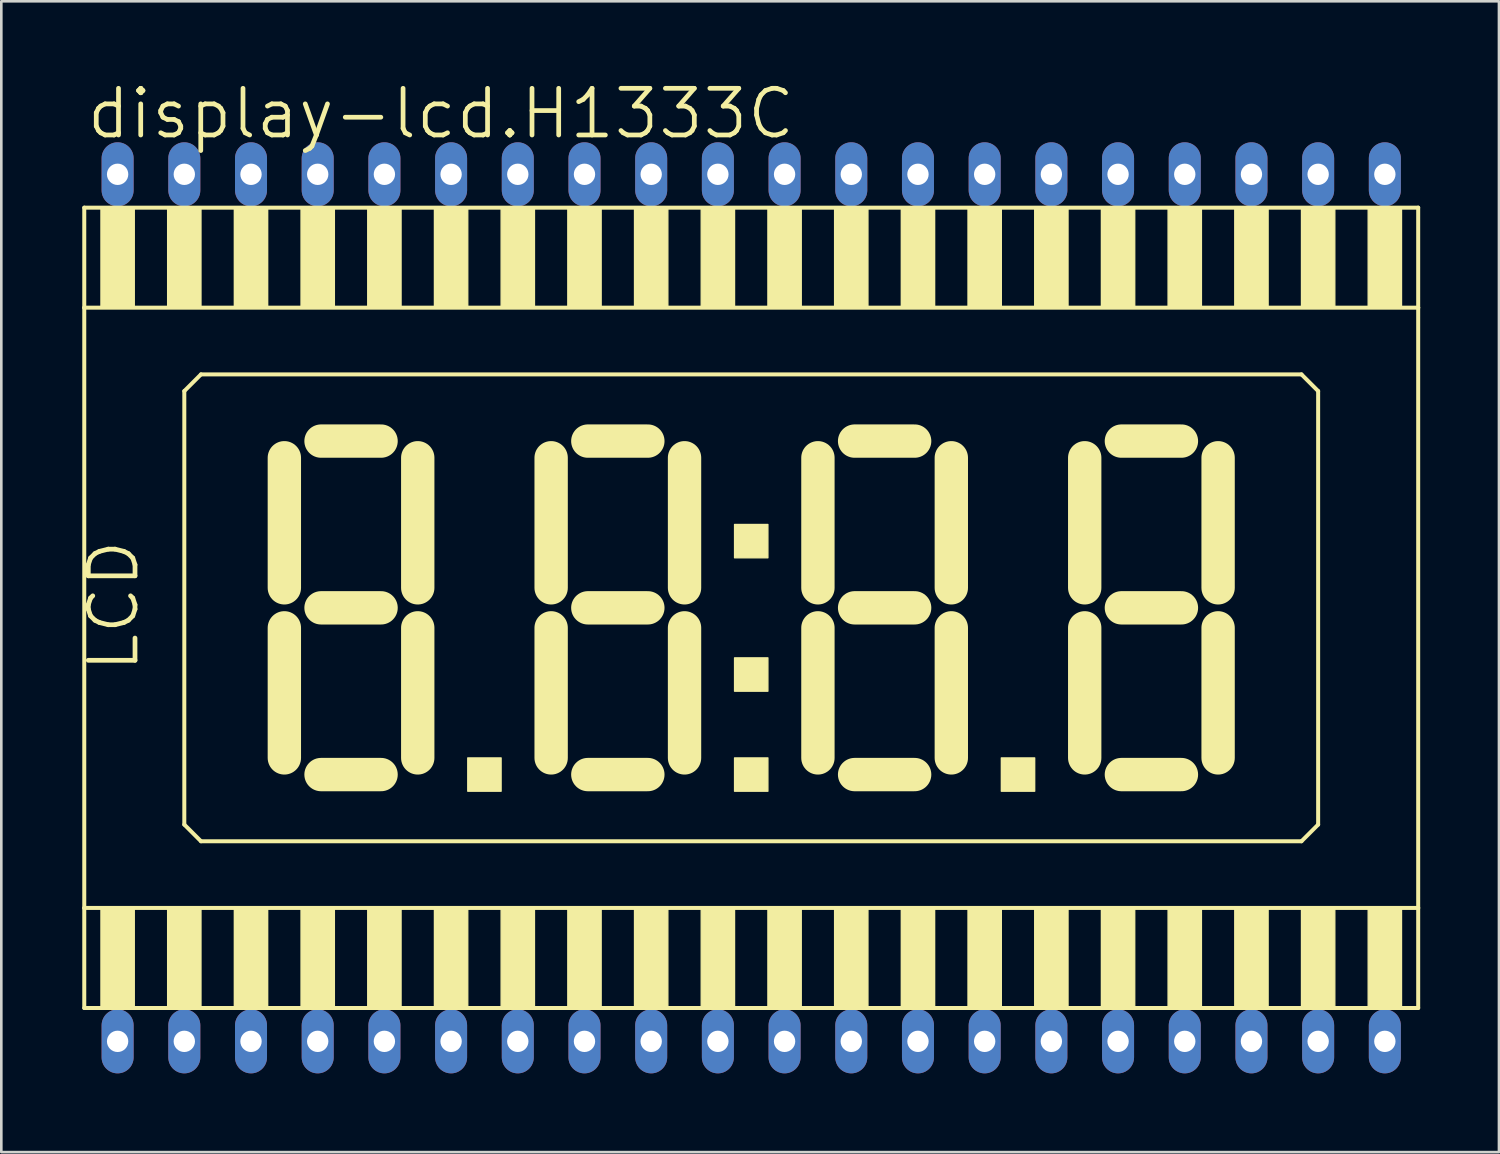
<source format=kicad_pcb>
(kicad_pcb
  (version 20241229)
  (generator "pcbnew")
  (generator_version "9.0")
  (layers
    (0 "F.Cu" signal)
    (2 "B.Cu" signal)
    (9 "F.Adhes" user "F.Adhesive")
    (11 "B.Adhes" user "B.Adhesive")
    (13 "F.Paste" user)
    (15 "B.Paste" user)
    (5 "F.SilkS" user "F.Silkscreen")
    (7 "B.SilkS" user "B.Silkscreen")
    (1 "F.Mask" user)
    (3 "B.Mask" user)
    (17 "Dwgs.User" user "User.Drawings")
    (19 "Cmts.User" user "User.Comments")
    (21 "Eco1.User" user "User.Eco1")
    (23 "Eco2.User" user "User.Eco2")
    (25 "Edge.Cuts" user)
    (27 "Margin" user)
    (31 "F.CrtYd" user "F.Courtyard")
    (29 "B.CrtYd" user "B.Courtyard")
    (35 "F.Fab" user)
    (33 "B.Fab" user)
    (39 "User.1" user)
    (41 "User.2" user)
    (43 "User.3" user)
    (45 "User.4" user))
  (footprint "display-lcd.H1333C"
    (layer "F.Cu")
    (at 25.559 20.098)
    (property "Reference" "display-lcd.H1333C" (at -25.4 -17.78 0) (layer "F.SilkS") (effects (font (size 1.778 1.778) (thickness 0.18)) (justify left bottom)))
    (attr through_hole)
    (fp_line (start -25.4 -15.24) (end -25.4 -11.43) (stroke (width 0.152) (type default)) (layer "F.SilkS"))
    (fp_line (start -25.4 -11.43) (end -25.4 11.43) (stroke (width 0.152) (type default)) (layer "F.SilkS"))
    (fp_line (start -25.4 -11.43) (end 25.4 -11.43) (stroke (width 0.152) (type default)) (layer "F.SilkS"))
    (fp_line (start -25.4 11.43) (end -25.4 15.24) (stroke (width 0.152) (type default)) (layer "F.SilkS"))
    (fp_line (start -25.4 15.24) (end 25.4 15.24) (stroke (width 0.152) (type default)) (layer "F.SilkS"))
    (fp_line (start -21.59 -8.255) (end -21.59 8.255) (stroke (width 0.152) (type default)) (layer "F.SilkS"))
    (fp_line (start -21.59 8.255) (end -20.955 8.89) (stroke (width 0.152) (type default)) (layer "F.SilkS"))
    (fp_line (start -20.955 -8.89) (end -21.59 -8.255) (stroke (width 0.152) (type default)) (layer "F.SilkS"))
    (fp_line (start -20.955 8.89) (end 20.955 8.89) (stroke (width 0.152) (type default)) (layer "F.SilkS"))
    (fp_line (start -17.78 -5.715) (end -17.78 -0.762) (stroke (width 1.27) (type default)) (layer "F.SilkS"))
    (fp_line (start -17.78 0.762) (end -17.78 5.715) (stroke (width 1.27) (type default)) (layer "F.SilkS"))
    (fp_line (start -16.383 -6.35) (end -14.097 -6.35) (stroke (width 1.27) (type default)) (layer "F.SilkS"))
    (fp_line (start -16.383 0) (end -14.097 0) (stroke (width 1.27) (type default)) (layer "F.SilkS"))
    (fp_line (start -16.383 6.35) (end -14.097 6.35) (stroke (width 1.27) (type default)) (layer "F.SilkS"))
    (fp_line (start -12.7 -0.762) (end -12.7 -5.715) (stroke (width 1.27) (type default)) (layer "F.SilkS"))
    (fp_line (start -12.7 5.715) (end -12.7 0.762) (stroke (width 1.27) (type default)) (layer "F.SilkS"))
    (fp_line (start -7.62 -5.715) (end -7.62 -0.762) (stroke (width 1.27) (type default)) (layer "F.SilkS"))
    (fp_line (start -7.62 0.762) (end -7.62 5.715) (stroke (width 1.27) (type default)) (layer "F.SilkS"))
    (fp_line (start -6.223 -6.35) (end -3.937 -6.35) (stroke (width 1.27) (type default)) (layer "F.SilkS"))
    (fp_line (start -6.223 0) (end -3.937 0) (stroke (width 1.27) (type default)) (layer "F.SilkS"))
    (fp_line (start -6.223 6.35) (end -3.937 6.35) (stroke (width 1.27) (type default)) (layer "F.SilkS"))
    (fp_line (start -2.54 -0.762) (end -2.54 -5.715) (stroke (width 1.27) (type default)) (layer "F.SilkS"))
    (fp_line (start -2.54 5.715) (end -2.54 0.762) (stroke (width 1.27) (type default)) (layer "F.SilkS"))
    (fp_line (start 2.54 -5.715) (end 2.54 -0.762) (stroke (width 1.27) (type default)) (layer "F.SilkS"))
    (fp_line (start 2.54 0.762) (end 2.54 5.715) (stroke (width 1.27) (type default)) (layer "F.SilkS"))
    (fp_line (start 3.937 -6.35) (end 6.223 -6.35) (stroke (width 1.27) (type default)) (layer "F.SilkS"))
    (fp_line (start 3.937 0) (end 6.223 0) (stroke (width 1.27) (type default)) (layer "F.SilkS"))
    (fp_line (start 3.937 6.35) (end 6.223 6.35) (stroke (width 1.27) (type default)) (layer "F.SilkS"))
    (fp_line (start 7.62 -0.762) (end 7.62 -5.715) (stroke (width 1.27) (type default)) (layer "F.SilkS"))
    (fp_line (start 7.62 5.715) (end 7.62 0.762) (stroke (width 1.27) (type default)) (layer "F.SilkS"))
    (fp_line (start 12.7 -5.715) (end 12.7 -0.762) (stroke (width 1.27) (type default)) (layer "F.SilkS"))
    (fp_line (start 12.7 0.762) (end 12.7 5.715) (stroke (width 1.27) (type default)) (layer "F.SilkS"))
    (fp_line (start 14.097 -6.35) (end 16.383 -6.35) (stroke (width 1.27) (type default)) (layer "F.SilkS"))
    (fp_line (start 14.097 0) (end 16.383 0) (stroke (width 1.27) (type default)) (layer "F.SilkS"))
    (fp_line (start 14.097 6.35) (end 16.383 6.35) (stroke (width 1.27) (type default)) (layer "F.SilkS"))
    (fp_line (start 17.78 -0.762) (end 17.78 -5.715) (stroke (width 1.27) (type default)) (layer "F.SilkS"))
    (fp_line (start 17.78 5.715) (end 17.78 0.762) (stroke (width 1.27) (type default)) (layer "F.SilkS"))
    (fp_line (start 20.955 -8.89) (end -20.955 -8.89) (stroke (width 0.152) (type default)) (layer "F.SilkS"))
    (fp_line (start 20.955 8.89) (end 21.59 8.255) (stroke (width 0.152) (type default)) (layer "F.SilkS"))
    (fp_line (start 21.59 -8.255) (end 20.955 -8.89) (stroke (width 0.152) (type default)) (layer "F.SilkS"))
    (fp_line (start 21.59 8.255) (end 21.59 -8.255) (stroke (width 0.152) (type default)) (layer "F.SilkS"))
    (fp_line (start 25.4 -15.24) (end -25.4 -15.24) (stroke (width 0.152) (type default)) (layer "F.SilkS"))
    (fp_line (start 25.4 -11.43) (end 25.4 -15.24) (stroke (width 0.152) (type default)) (layer "F.SilkS"))
    (fp_line (start 25.4 11.43) (end -25.4 11.43) (stroke (width 0.152) (type default)) (layer "F.SilkS"))
    (fp_line (start 25.4 11.43) (end 25.4 -11.43) (stroke (width 0.152) (type default)) (layer "F.SilkS"))
    (fp_line (start 25.4 15.24) (end 25.4 11.43) (stroke (width 0.152) (type default)) (layer "F.SilkS"))
    (fp_rect (start -24.765 -11.43) (end -23.495 -15.24) (stroke (width 0.05) (type default)) (fill yes) (layer "F.SilkS"))
    (fp_rect (start -24.765 15.24) (end -23.495 11.43) (stroke (width 0.05) (type default)) (fill yes) (layer "F.SilkS"))
    (fp_rect (start -22.225 -11.43) (end -20.955 -15.24) (stroke (width 0.05) (type default)) (fill yes) (layer "F.SilkS"))
    (fp_rect (start -22.225 15.24) (end -20.955 11.43) (stroke (width 0.05) (type default)) (fill yes) (layer "F.SilkS"))
    (fp_rect (start -19.685 -11.43) (end -18.415 -15.24) (stroke (width 0.05) (type default)) (fill yes) (layer "F.SilkS"))
    (fp_rect (start -19.685 15.24) (end -18.415 11.43) (stroke (width 0.05) (type default)) (fill yes) (layer "F.SilkS"))
    (fp_rect (start -17.145 -11.43) (end -15.875 -15.24) (stroke (width 0.05) (type default)) (fill yes) (layer "F.SilkS"))
    (fp_rect (start -17.145 15.24) (end -15.875 11.43) (stroke (width 0.05) (type default)) (fill yes) (layer "F.SilkS"))
    (fp_rect (start -14.605 -11.43) (end -13.335 -15.24) (stroke (width 0.05) (type default)) (fill yes) (layer "F.SilkS"))
    (fp_rect (start -14.605 15.24) (end -13.335 11.43) (stroke (width 0.05) (type default)) (fill yes) (layer "F.SilkS"))
    (fp_rect (start -12.065 -11.43) (end -10.795 -15.24) (stroke (width 0.05) (type default)) (fill yes) (layer "F.SilkS"))
    (fp_rect (start -12.065 15.24) (end -10.795 11.43) (stroke (width 0.05) (type default)) (fill yes) (layer "F.SilkS"))
    (fp_rect (start -10.795 6.985) (end -9.525 5.715) (stroke (width 0.05) (type default)) (fill yes) (layer "F.SilkS"))
    (fp_rect (start -9.525 -11.43) (end -8.255 -15.24) (stroke (width 0.05) (type default)) (fill yes) (layer "F.SilkS"))
    (fp_rect (start -9.525 15.24) (end -8.255 11.43) (stroke (width 0.05) (type default)) (fill yes) (layer "F.SilkS"))
    (fp_rect (start -6.985 -11.43) (end -5.715 -15.24) (stroke (width 0.05) (type default)) (fill yes) (layer "F.SilkS"))
    (fp_rect (start -6.985 15.24) (end -5.715 11.43) (stroke (width 0.05) (type default)) (fill yes) (layer "F.SilkS"))
    (fp_rect (start -4.445 -11.43) (end -3.175 -15.24) (stroke (width 0.05) (type default)) (fill yes) (layer "F.SilkS"))
    (fp_rect (start -4.445 15.24) (end -3.175 11.43) (stroke (width 0.05) (type default)) (fill yes) (layer "F.SilkS"))
    (fp_rect (start -1.905 -11.43) (end -0.635 -15.24) (stroke (width 0.05) (type default)) (fill yes) (layer "F.SilkS"))
    (fp_rect (start -1.905 15.24) (end -0.635 11.43) (stroke (width 0.05) (type default)) (fill yes) (layer "F.SilkS"))
    (fp_rect (start -0.635 -1.905) (end 0.635 -3.175) (stroke (width 0.05) (type default)) (fill yes) (layer "F.SilkS"))
    (fp_rect (start -0.635 3.175) (end 0.635 1.905) (stroke (width 0.05) (type default)) (fill yes) (layer "F.SilkS"))
    (fp_rect (start -0.635 6.985) (end 0.635 5.715) (stroke (width 0.05) (type default)) (fill yes) (layer "F.SilkS"))
    (fp_rect (start 0.635 -11.43) (end 1.905 -15.24) (stroke (width 0.05) (type default)) (fill yes) (layer "F.SilkS"))
    (fp_rect (start 0.635 15.24) (end 1.905 11.43) (stroke (width 0.05) (type default)) (fill yes) (layer "F.SilkS"))
    (fp_rect (start 3.175 -11.43) (end 4.445 -15.24) (stroke (width 0.05) (type default)) (fill yes) (layer "F.SilkS"))
    (fp_rect (start 3.175 15.24) (end 4.445 11.43) (stroke (width 0.05) (type default)) (fill yes) (layer "F.SilkS"))
    (fp_rect (start 5.715 -11.43) (end 6.985 -15.24) (stroke (width 0.05) (type default)) (fill yes) (layer "F.SilkS"))
    (fp_rect (start 5.715 15.24) (end 6.985 11.43) (stroke (width 0.05) (type default)) (fill yes) (layer "F.SilkS"))
    (fp_rect (start 8.255 -11.43) (end 9.525 -15.24) (stroke (width 0.05) (type default)) (fill yes) (layer "F.SilkS"))
    (fp_rect (start 8.255 15.24) (end 9.525 11.43) (stroke (width 0.05) (type default)) (fill yes) (layer "F.SilkS"))
    (fp_rect (start 9.525 6.985) (end 10.795 5.715) (stroke (width 0.05) (type default)) (fill yes) (layer "F.SilkS"))
    (fp_rect (start 10.795 -11.43) (end 12.065 -15.24) (stroke (width 0.05) (type default)) (fill yes) (layer "F.SilkS"))
    (fp_rect (start 10.795 15.24) (end 12.065 11.43) (stroke (width 0.05) (type default)) (fill yes) (layer "F.SilkS"))
    (fp_rect (start 13.335 -11.43) (end 14.605 -15.24) (stroke (width 0.05) (type default)) (fill yes) (layer "F.SilkS"))
    (fp_rect (start 13.335 15.24) (end 14.605 11.43) (stroke (width 0.05) (type default)) (fill yes) (layer "F.SilkS"))
    (fp_rect (start 15.875 -11.43) (end 17.145 -15.24) (stroke (width 0.05) (type default)) (fill yes) (layer "F.SilkS"))
    (fp_rect (start 15.875 15.24) (end 17.145 11.43) (stroke (width 0.05) (type default)) (fill yes) (layer "F.SilkS"))
    (fp_rect (start 18.415 -11.43) (end 19.685 -15.24) (stroke (width 0.05) (type default)) (fill yes) (layer "F.SilkS"))
    (fp_rect (start 18.415 15.24) (end 19.685 11.43) (stroke (width 0.05) (type default)) (fill yes) (layer "F.SilkS"))
    (fp_rect (start 20.955 -11.43) (end 22.225 -15.24) (stroke (width 0.05) (type default)) (fill yes) (layer "F.SilkS"))
    (fp_rect (start 20.955 15.24) (end 22.225 11.43) (stroke (width 0.05) (type default)) (fill yes) (layer "F.SilkS"))
    (fp_rect (start 23.495 -11.43) (end 24.765 -15.24) (stroke (width 0.05) (type default)) (fill yes) (layer "F.SilkS"))
    (fp_rect (start 23.495 15.24) (end 24.765 11.43) (stroke (width 0.05) (type default)) (fill yes) (layer "F.SilkS"))
    (fp_text user "LCD" (at -23.241 2.54 90) (layer "F.SilkS") (effects (font (size 1.778 1.778) (thickness 0.18)) (justify left bottom)))
    (pad "1" thru_hole oval (at -24.13 16.51 90) (size 2.438 1.219) (drill 0.813) (layers "*.Cu" "*.Mask"))
    (pad "2" thru_hole oval (at -21.59 16.51 90) (size 2.438 1.219) (drill 0.813) (layers "*.Cu" "*.Mask"))
    (pad "3" thru_hole oval (at -19.05 16.51 90) (size 2.438 1.219) (drill 0.813) (layers "*.Cu" "*.Mask"))
    (pad "4" thru_hole oval (at -16.51 16.51 90) (size 2.438 1.219) (drill 0.813) (layers "*.Cu" "*.Mask"))
    (pad "5" thru_hole oval (at -13.97 16.51 90) (size 2.438 1.219) (drill 0.813) (layers "*.Cu" "*.Mask"))
    (pad "6" thru_hole oval (at -11.43 16.51 90) (size 2.438 1.219) (drill 0.813) (layers "*.Cu" "*.Mask"))
    (pad "7" thru_hole oval (at -8.89 16.51 90) (size 2.438 1.219) (drill 0.813) (layers "*.Cu" "*.Mask"))
    (pad "8" thru_hole oval (at -6.35 16.51 90) (size 2.438 1.219) (drill 0.813) (layers "*.Cu" "*.Mask"))
    (pad "9" thru_hole oval (at -3.81 16.51 90) (size 2.438 1.219) (drill 0.813) (layers "*.Cu" "*.Mask"))
    (pad "10" thru_hole oval (at -1.27 16.51 90) (size 2.438 1.219) (drill 0.813) (layers "*.Cu" "*.Mask"))
    (pad "11" thru_hole oval (at 1.27 16.51 90) (size 2.438 1.219) (drill 0.813) (layers "*.Cu" "*.Mask"))
    (pad "12" thru_hole oval (at 3.81 16.51 90) (size 2.438 1.219) (drill 0.813) (layers "*.Cu" "*.Mask"))
    (pad "13" thru_hole oval (at 6.35 16.51 90) (size 2.438 1.219) (drill 0.813) (layers "*.Cu" "*.Mask"))
    (pad "14" thru_hole oval (at 8.89 16.51 90) (size 2.438 1.219) (drill 0.813) (layers "*.Cu" "*.Mask"))
    (pad "15" thru_hole oval (at 11.43 16.51 90) (size 2.438 1.219) (drill 0.813) (layers "*.Cu" "*.Mask"))
    (pad "16" thru_hole oval (at 13.97 16.51 90) (size 2.438 1.219) (drill 0.813) (layers "*.Cu" "*.Mask"))
    (pad "17" thru_hole oval (at 16.51 16.51 90) (size 2.438 1.219) (drill 0.813) (layers "*.Cu" "*.Mask"))
    (pad "18" thru_hole oval (at 19.05 16.51 90) (size 2.438 1.219) (drill 0.813) (layers "*.Cu" "*.Mask"))
    (pad "19" thru_hole oval (at 21.59 16.51 90) (size 2.438 1.219) (drill 0.813) (layers "*.Cu" "*.Mask"))
    (pad "20" thru_hole oval (at 24.13 16.51 90) (size 2.438 1.219) (drill 0.813) (layers "*.Cu" "*.Mask"))
    (pad "21" thru_hole oval (at 24.13 -16.51 90) (size 2.438 1.219) (drill 0.813) (layers "*.Cu" "*.Mask"))
    (pad "22" thru_hole oval (at 21.59 -16.51 90) (size 2.438 1.219) (drill 0.813) (layers "*.Cu" "*.Mask"))
    (pad "23" thru_hole oval (at 19.05 -16.51 90) (size 2.438 1.219) (drill 0.813) (layers "*.Cu" "*.Mask"))
    (pad "24" thru_hole oval (at 16.51 -16.51 90) (size 2.438 1.219) (drill 0.813) (layers "*.Cu" "*.Mask"))
    (pad "25" thru_hole oval (at 13.97 -16.51 90) (size 2.438 1.219) (drill 0.813) (layers "*.Cu" "*.Mask"))
    (pad "26" thru_hole oval (at 11.43 -16.51 90) (size 2.438 1.219) (drill 0.813) (layers "*.Cu" "*.Mask"))
    (pad "27" thru_hole oval (at 8.89 -16.51 90) (size 2.438 1.219) (drill 0.813) (layers "*.Cu" "*.Mask"))
    (pad "28" thru_hole oval (at 6.35 -16.51 90) (size 2.438 1.219) (drill 0.813) (layers "*.Cu" "*.Mask"))
    (pad "29" thru_hole oval (at 3.81 -16.51 90) (size 2.438 1.219) (drill 0.813) (layers "*.Cu" "*.Mask"))
    (pad "30" thru_hole oval (at 1.27 -16.51 90) (size 2.438 1.219) (drill 0.813) (layers "*.Cu" "*.Mask"))
    (pad "31" thru_hole oval (at -1.27 -16.51 90) (size 2.438 1.219) (drill 0.813) (layers "*.Cu" "*.Mask"))
    (pad "32" thru_hole oval (at -3.81 -16.51 90) (size 2.438 1.219) (drill 0.813) (layers "*.Cu" "*.Mask"))
    (pad "33" thru_hole oval (at -6.35 -16.51 90) (size 2.438 1.219) (drill 0.813) (layers "*.Cu" "*.Mask"))
    (pad "34" thru_hole oval (at -8.89 -16.51 90) (size 2.438 1.219) (drill 0.813) (layers "*.Cu" "*.Mask"))
    (pad "35" thru_hole oval (at -11.43 -16.51 90) (size 2.438 1.219) (drill 0.813) (layers "*.Cu" "*.Mask"))
    (pad "36" thru_hole oval (at -13.97 -16.51 90) (size 2.438 1.219) (drill 0.813) (layers "*.Cu" "*.Mask"))
    (pad "37" thru_hole oval (at -16.51 -16.51 90) (size 2.438 1.219) (drill 0.813) (layers "*.Cu" "*.Mask"))
    (pad "38" thru_hole oval (at -19.05 -16.51 90) (size 2.438 1.219) (drill 0.813) (layers "*.Cu" "*.Mask"))
    (pad "39" thru_hole oval (at -21.59 -16.51 90) (size 2.438 1.219) (drill 0.813) (layers "*.Cu" "*.Mask"))
    (pad "40" thru_hole oval (at -24.13 -16.51 90) (size 2.438 1.219) (drill 0.813) (layers "*.Cu" "*.Mask")))
  (gr_rect
    (start -3 -3)
    (end 54.035 40.827)
    (stroke (width 0.1) (type default))
    (fill no)
    (layer "Edge.Cuts")))
</source>
